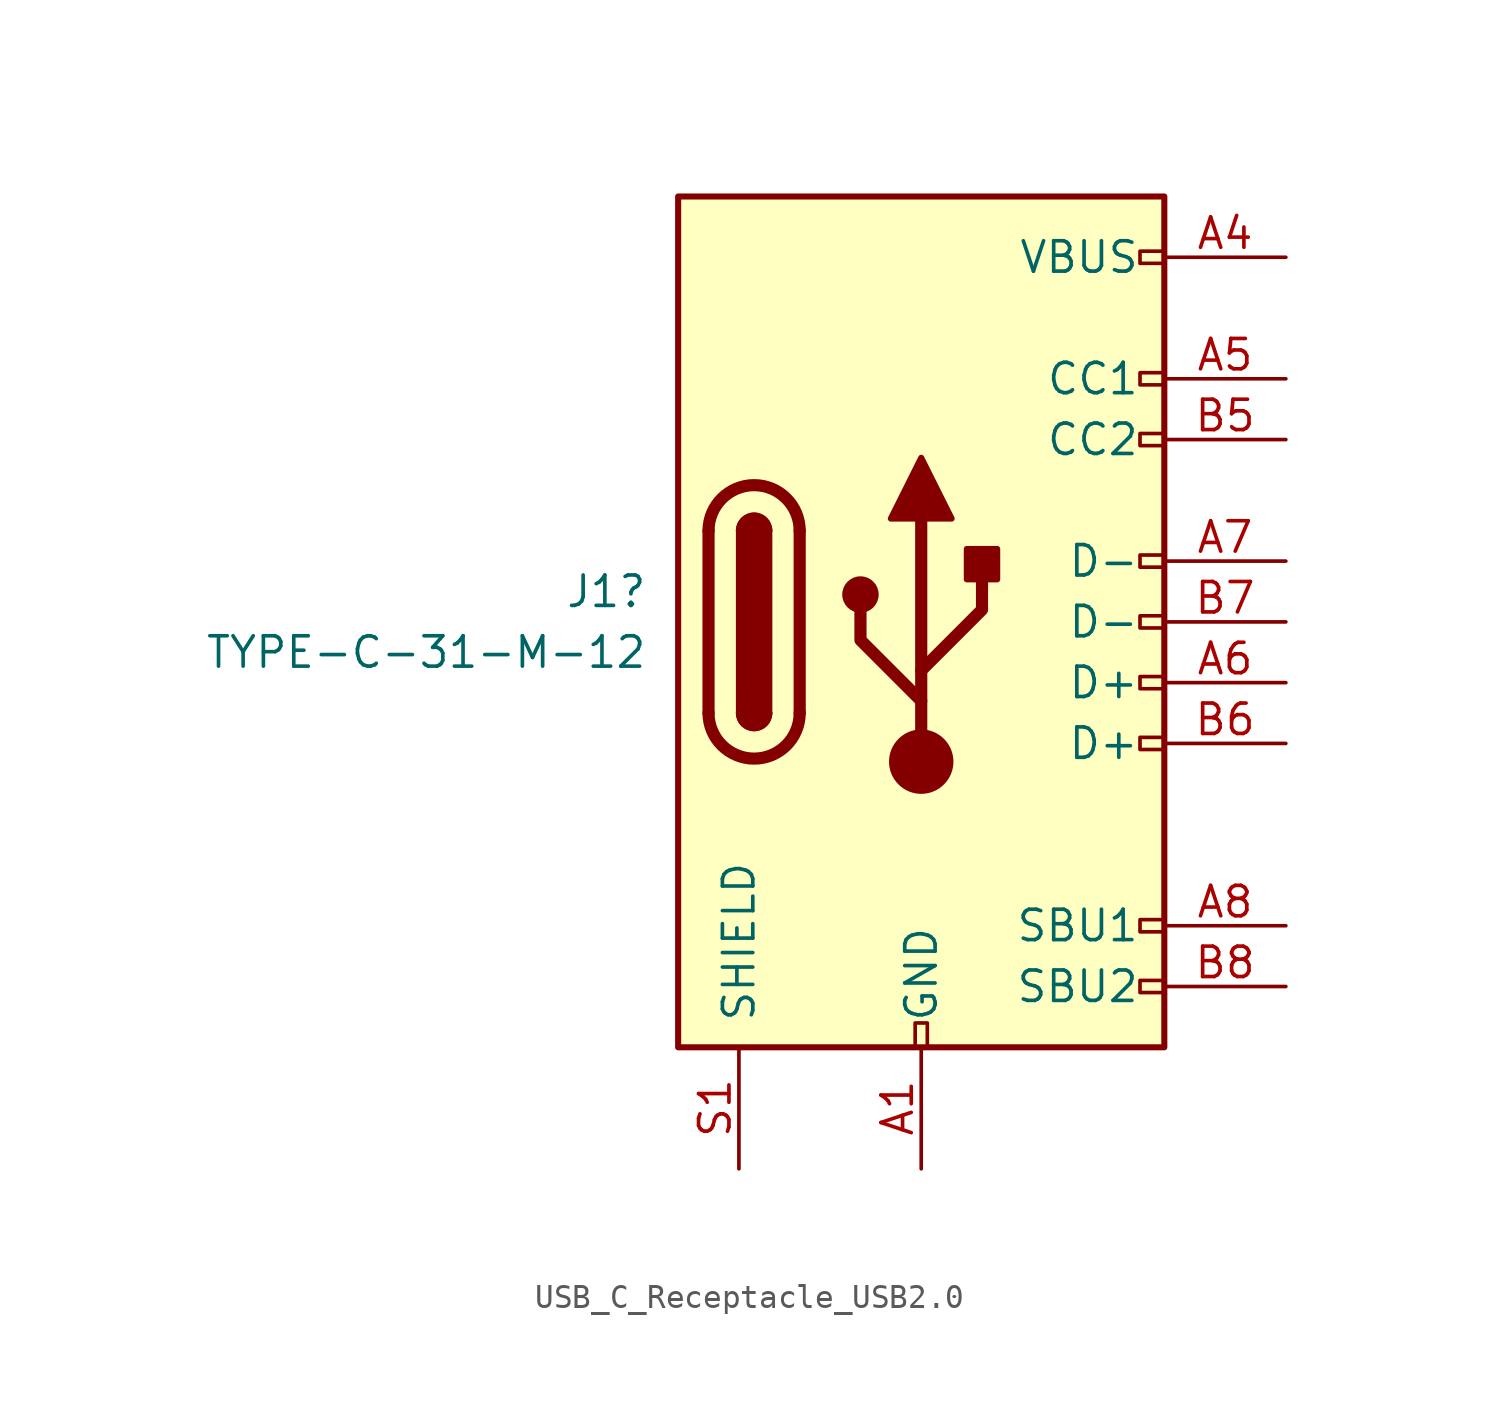
<source format=kicad_sym>
(kicad_symbol_lib
  (version 20220914)
  (generator kicad_symbol_editor)
  (symbol "USB_C_Receptacle_USB2.0"
    (pin_names
      (offset 1.016))
    (property "Reference" "J1"
      (at -11.43 1.27 0)
      (effects (font (size 1.27 1.27)) (justify right)))
    (property "Value" "TYPE-C-31-M-12"
      (at -11.43 -1.27 0)
      (effects (font (size 1.27 1.27)) (justify right)))
    (symbol "USB_C_Receptacle_USB2.0_0_0"
      (rectangle (start -0.254 -17.78) (end 0.254 -16.764) (stroke (width 0) (type default)) (fill (type none)))
      (rectangle (start 10.16 -14.986) (end 9.144 -15.494) (stroke (width 0) (type default)) (fill (type none)))
      (rectangle (start 10.16 -12.446) (end 9.144 -12.954) (stroke (width 0) (type default)) (fill (type none)))
      (rectangle (start 10.16 -4.826) (end 9.144 -5.334) (stroke (width 0) (type default)) (fill (type none)))
      (rectangle (start 10.16 -2.286) (end 9.144 -2.794) (stroke (width 0) (type default)) (fill (type none)))
      (rectangle (start 10.16 0.254) (end 9.144 -0.254) (stroke (width 0) (type default)) (fill (type none)))
      (rectangle (start 10.16 2.794) (end 9.144 2.286) (stroke (width 0) (type default)) (fill (type none)))
      (rectangle (start 10.16 7.874) (end 9.144 7.366) (stroke (width 0) (type default)) (fill (type none)))
      (rectangle (start 10.16 10.414) (end 9.144 9.906) (stroke (width 0) (type default)) (fill (type none)))
      (rectangle (start 10.16 15.494) (end 9.144 14.986) (stroke (width 0) (type default)) (fill (type none))))
    (symbol "USB_C_Receptacle_USB2.0_0_1"
      (rectangle (start -10.16 17.78) (end 10.16 -17.78) (stroke (width 0.254) (type default)) (fill (type background)))
      (arc (start -8.89 -3.81) (mid -6.985 -5.7067) (end -5.08 -3.81) (stroke (width 0.508) (type default)) (fill (type none)))
      (arc (start -7.62 -3.81) (mid -6.985 -4.4423) (end -6.35 -3.81) (stroke (width 0.254) (type default)) (fill (type none)))
      (arc (start -7.62 -3.81) (mid -6.985 -4.4423) (end -6.35 -3.81) (stroke (width 0.254) (type default)) (fill (type outline)))
      (rectangle (start -7.62 -3.81) (end -6.35 3.81) (stroke (width 0.254) (type default)) (fill (type outline)))
      (arc (start -6.35 3.81) (mid -6.985 4.4423) (end -7.62 3.81) (stroke (width 0.254) (type default)) (fill (type none)))
      (arc (start -6.35 3.81) (mid -6.985 4.4423) (end -7.62 3.81) (stroke (width 0.254) (type default)) (fill (type outline)))
      (arc (start -5.08 3.81) (mid -6.985 5.7067) (end -8.89 3.81) (stroke (width 0.508) (type default)) (fill (type none)))
      (circle (center -2.54 1.143) (radius 0.635) (stroke (width 0.254) (type default)) (fill (type outline)))
      (circle (center 0 -5.842) (radius 1.27) (stroke (width 0) (type default)) (fill (type outline)))
      (polyline (pts (xy -8.89 -3.81) (xy -8.89 3.81)) (stroke (width 0.508) (type default)) (fill (type none)))
      (polyline (pts (xy -5.08 3.81) (xy -5.08 -3.81)) (stroke (width 0.508) (type default)) (fill (type none)))
      (polyline (pts (xy 0 -5.842) (xy 0 4.318)) (stroke (width 0.508) (type default)) (fill (type none)))
      (polyline (pts (xy 0 -3.302) (xy -2.54 -0.762) (xy -2.54 0.508)) (stroke (width 0.508) (type default)) (fill (type none)))
      (polyline (pts (xy 0 -2.032) (xy 2.54 0.508) (xy 2.54 1.778)) (stroke (width 0.508) (type default)) (fill (type none)))
      (polyline (pts (xy -1.27 4.318) (xy 0 6.858) (xy 1.27 4.318) (xy -1.27 4.318)) (stroke (width 0.254) (type default)) (fill (type outline)))
      (rectangle (start 1.905 1.778) (end 3.175 3.048) (stroke (width 0.254) (type default)) (fill (type outline))))
    (symbol "USB_C_Receptacle_USB2.0_1_1"
      (pin passive line (at 0 -22.86 90) (length 5.08) (name "GND" (effects (font (size 1.27 1.27)))) (number "A1" (effects (font (size 1.27 1.27)))))
      (pin passive line (at 0 -22.86 90) (length 5.08) hide (name "GND" (effects (font (size 1.27 1.27)))) (number "A12" (effects (font (size 1.27 1.27)))))
      (pin passive line (at 15.24 15.24 180) (length 5.08) (name "VBUS" (effects (font (size 1.27 1.27)))) (number "A4" (effects (font (size 1.27 1.27)))))
      (pin bidirectional line (at 15.24 10.16 180) (length 5.08) (name "CC1" (effects (font (size 1.27 1.27)))) (number "A5" (effects (font (size 1.27 1.27)))))
      (pin bidirectional line (at 15.24 -2.54 180) (length 5.08) (name "D+" (effects (font (size 1.27 1.27)))) (number "A6" (effects (font (size 1.27 1.27)))))
      (pin bidirectional line (at 15.24 2.54 180) (length 5.08) (name "D-" (effects (font (size 1.27 1.27)))) (number "A7" (effects (font (size 1.27 1.27)))))
      (pin bidirectional line (at 15.24 -12.7 180) (length 5.08) (name "SBU1" (effects (font (size 1.27 1.27)))) (number "A8" (effects (font (size 1.27 1.27)))))
      (pin passive line (at 15.24 15.24 180) (length 5.08) hide (name "VBUS" (effects (font (size 1.27 1.27)))) (number "A9" (effects (font (size 1.27 1.27)))))
      (pin passive line (at 0 -22.86 90) (length 5.08) hide (name "GND" (effects (font (size 1.27 1.27)))) (number "B1" (effects (font (size 1.27 1.27)))))
      (pin passive line (at 0 -22.86 90) (length 5.08) hide (name "GND" (effects (font (size 1.27 1.27)))) (number "B12" (effects (font (size 1.27 1.27)))))
      (pin passive line (at 15.24 15.24 180) (length 5.08) hide (name "VBUS" (effects (font (size 1.27 1.27)))) (number "B4" (effects (font (size 1.27 1.27)))))
      (pin bidirectional line (at 15.24 7.62 180) (length 5.08) (name "CC2" (effects (font (size 1.27 1.27)))) (number "B5" (effects (font (size 1.27 1.27)))))
      (pin bidirectional line (at 15.24 -5.08 180) (length 5.08) (name "D+" (effects (font (size 1.27 1.27)))) (number "B6" (effects (font (size 1.27 1.27)))))
      (pin bidirectional line (at 15.24 0 180) (length 5.08) (name "D-" (effects (font (size 1.27 1.27)))) (number "B7" (effects (font (size 1.27 1.27)))))
      (pin bidirectional line (at 15.24 -15.24 180) (length 5.08) (name "SBU2" (effects (font (size 1.27 1.27)))) (number "B8" (effects (font (size 1.27 1.27)))))
      (pin passive line (at 15.24 15.24 180) (length 5.08) hide (name "VBUS" (effects (font (size 1.27 1.27)))) (number "B9" (effects (font (size 1.27 1.27)))))
      (pin passive line (at -7.62 -22.86 90) (length 5.08) (name "SHIELD" (effects (font (size 1.27 1.27)))) (number "S1" (effects (font (size 1.27 1.27))))))))
</source>
